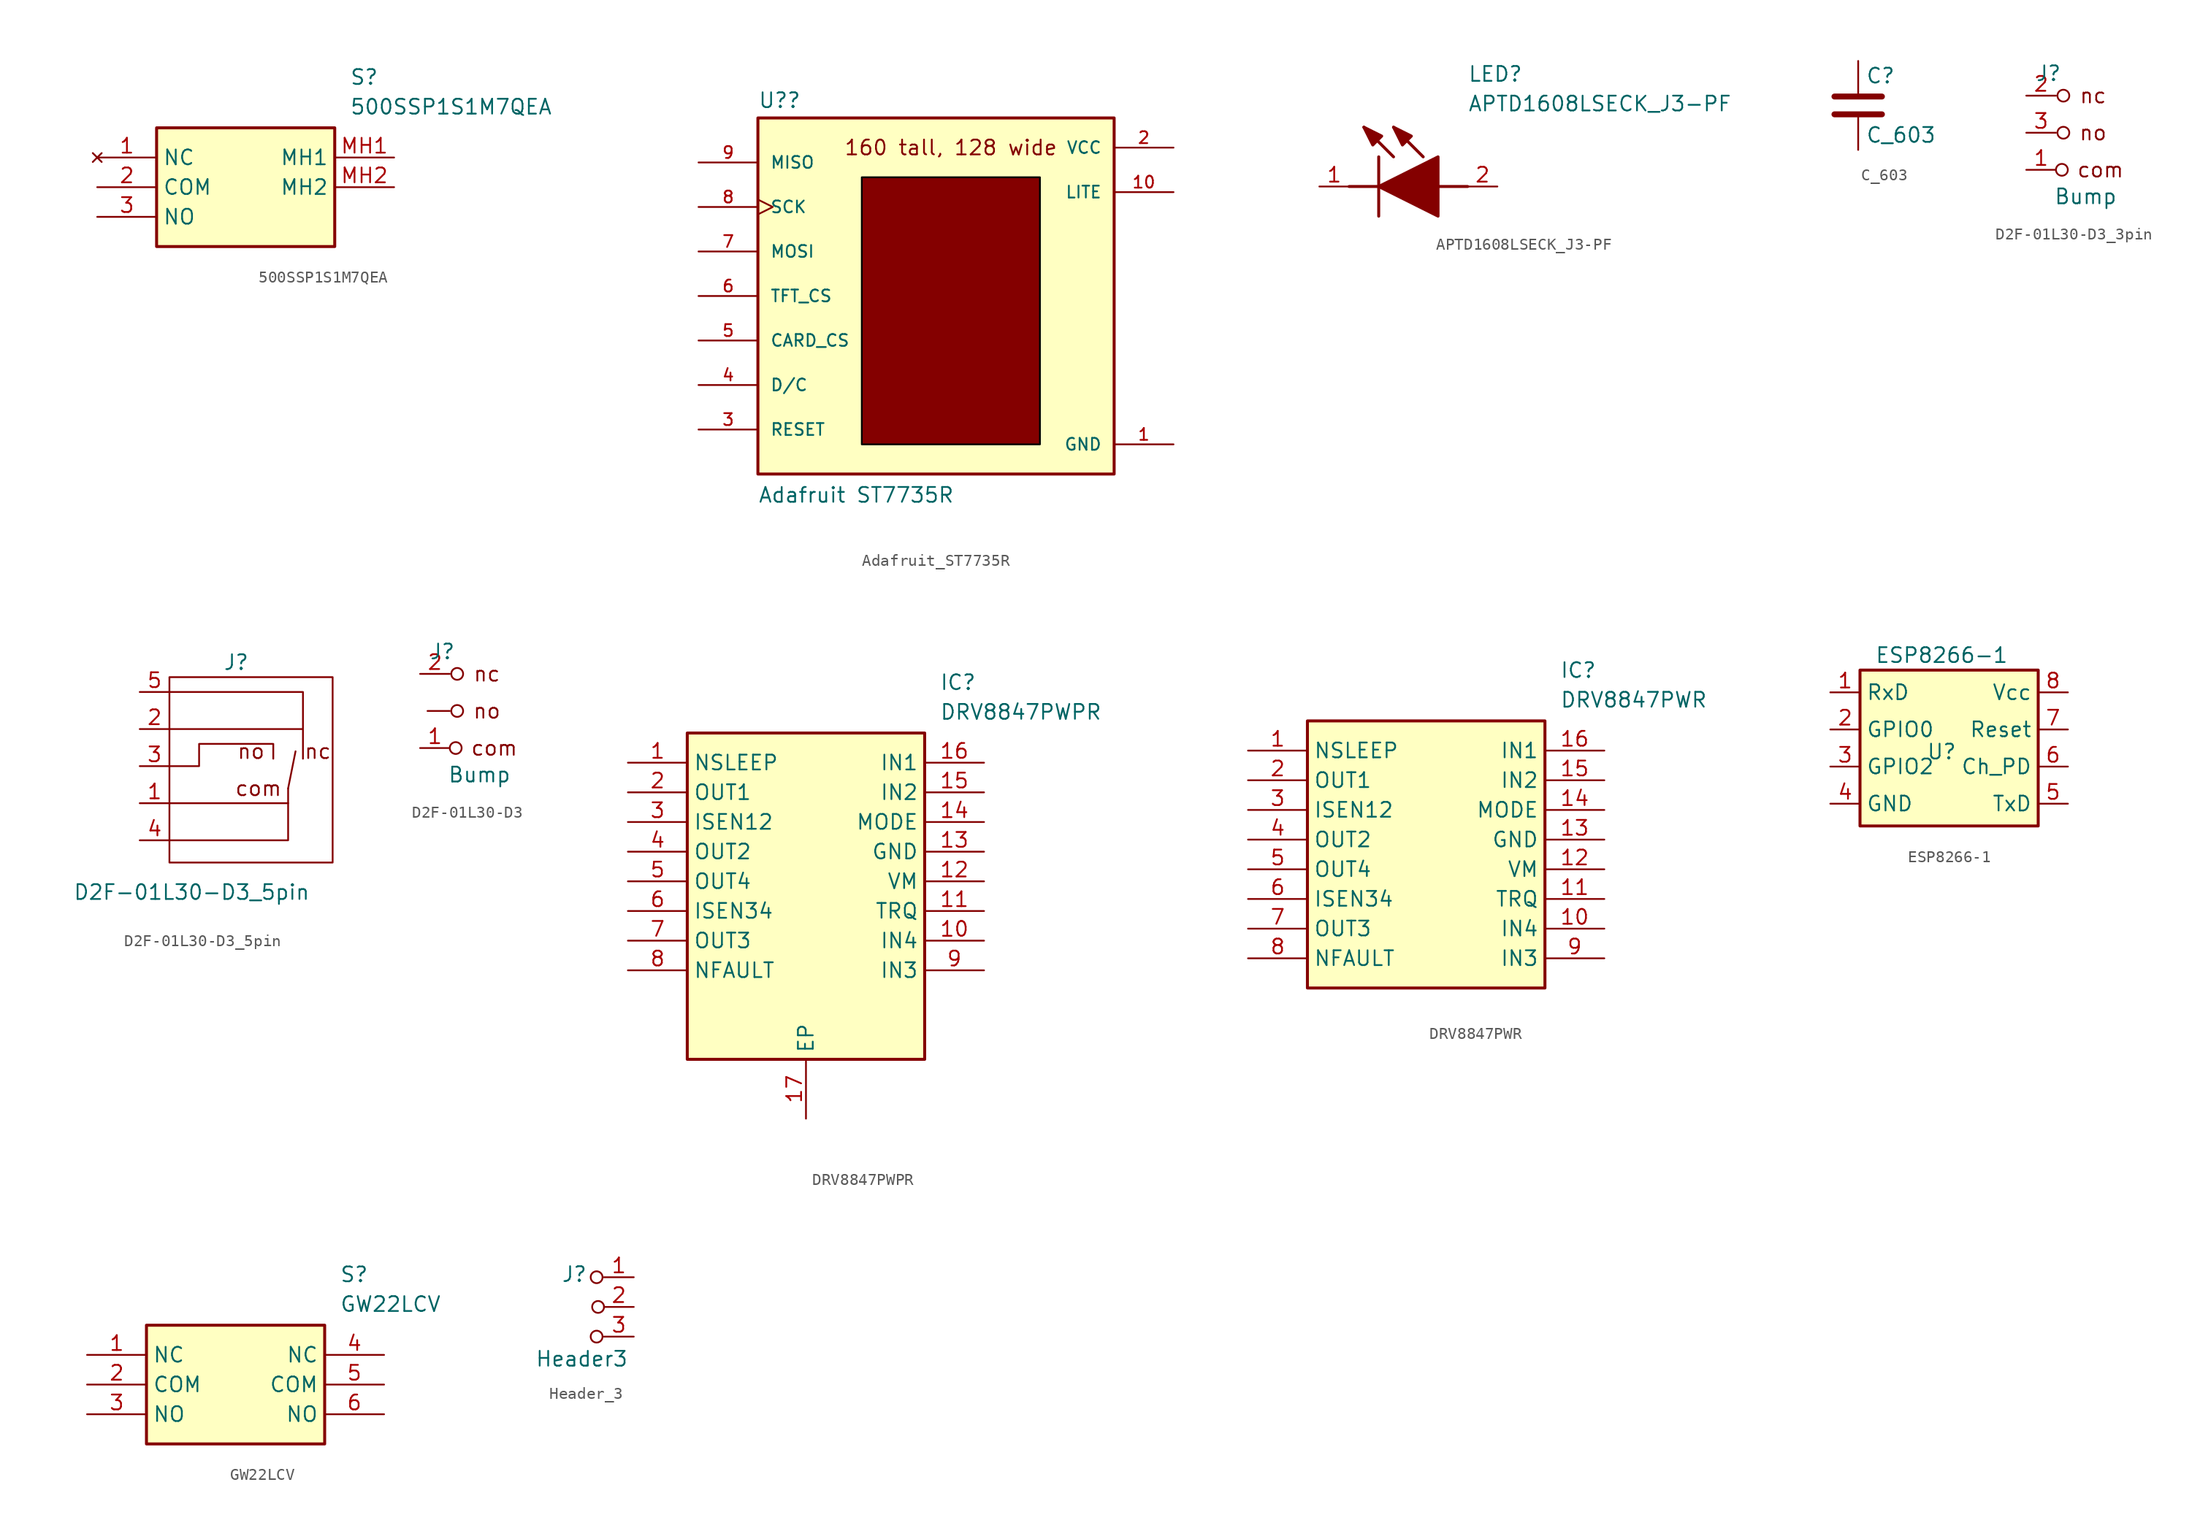
<source format=kicad_sym>
(kicad_symbol_lib
  (version 20220914)
  (generator kicad_symbol_editor)
  (symbol "500SSP1S1M7QEA"
    (property "Reference" "S"
      (at 21.59 7.62 0)
      (effects (font (size 1.27 1.27)) (justify left top)))
    (property "Value" "500SSP1S1M7QEA"
      (at 21.59 5.08 0)
      (effects (font (size 1.27 1.27)) (justify left top)))
    (symbol "500SSP1S1M7QEA_1_1"
      (rectangle (start 5.08 2.54) (end 20.32 -7.62) (stroke (width 0.254) (type default)) (fill (type background)))
      (pin no_connect line (at 0 0 0) (length 5.08) (name "NC" (effects (font (size 1.27 1.27)))) (number "1" (effects (font (size 1.27 1.27)))))
      (pin passive line (at 0 -2.54 0) (length 5.08) (name "COM" (effects (font (size 1.27 1.27)))) (number "2" (effects (font (size 1.27 1.27)))))
      (pin passive line (at 0 -5.08 0) (length 5.08) (name "NO" (effects (font (size 1.27 1.27)))) (number "3" (effects (font (size 1.27 1.27)))))
      (pin passive line (at 25.4 0 180) (length 5.08) (name "MH1" (effects (font (size 1.27 1.27)))) (number "MH1" (effects (font (size 1.27 1.27)))))
      (pin passive line (at 25.4 -2.54 180) (length 5.08) (name "MH2" (effects (font (size 1.27 1.27)))) (number "MH2" (effects (font (size 1.27 1.27)))))))
  (symbol "Adafruit_ST7735R"
    (pin_names
      (offset 1.016))
    (property "Reference" "U?"
      (at -15.24 16.002 0)
      (effects (font (size 1.27 1.27)) (justify left bottom)))
    (property "Value" "Adafruit ST7735R"
      (at -15.24 -17.78 0)
      (effects (font (size 1.27 1.27)) (justify left bottom)))
    (symbol "Adafruit_ST7735R_0_0"
      (rectangle (start -15.24 15.24) (end 15.24 -15.24) (stroke (width 0.254) (type default)) (fill (type background))))
    (symbol "Adafruit_ST7735R_1_0"
      (pin power_in line (at 20.32 -12.7 180) (length 5.08) (name "GND" (effects (font (size 1.016 1.016)))) (number "1" (effects (font (size 1.016 1.016)))))
      (pin power_in line (at 20.32 8.89 180) (length 5.08) (name "LITE" (effects (font (size 1.016 1.016)))) (number "10" (effects (font (size 1.016 1.016)))))
      (pin power_in line (at 20.32 12.7 180) (length 5.08) (name "VCC" (effects (font (size 1.016 1.016)))) (number "2" (effects (font (size 1.016 1.016)))))
      (pin input line (at -20.32 -11.43 0) (length 5.08) (name "RESET" (effects (font (size 1.016 1.016)))) (number "3" (effects (font (size 1.016 1.016)))))
      (pin input line (at -20.32 -7.62 0) (length 5.08) (name "D/C" (effects (font (size 1.016 1.016)))) (number "4" (effects (font (size 1.016 1.016)))))
      (pin input line (at -20.32 -3.81 0) (length 5.08) (name "CARD_CS" (effects (font (size 1.016 1.016)))) (number "5" (effects (font (size 1.016 1.016)))))
      (pin input line (at -20.32 0 0) (length 5.08) (name "TFT_CS" (effects (font (size 1.016 1.016)))) (number "6" (effects (font (size 1.016 1.016)))))
      (pin input line (at -20.32 3.81 0) (length 5.08) (name "MOSI" (effects (font (size 1.016 1.016)))) (number "7" (effects (font (size 1.016 1.016)))))
      (pin input clock (at -20.32 7.62 0) (length 5.08) (name "SCK" (effects (font (size 1.016 1.016)))) (number "8" (effects (font (size 1.016 1.016)))))
      (pin output line (at -20.32 11.43 0) (length 5.08) (name "MISO" (effects (font (size 1.016 1.016)))) (number "9" (effects (font (size 1.016 1.016))))))
    (symbol "Adafruit_ST7735R_1_1"
      (rectangle (start -6.35 10.16) (end 8.89 -12.7) (stroke (width 0) (type default) (color 0 0 0 1)) (fill (type color) (color 132 0 0 1)))
      (text "160 tall, 128 wide" (at 1.27 12.7 0) (effects (font (size 1.27 1.27))))))
  (symbol "APTD1608LSECK_J3-PF"
    (pin_names hide)
    (property "Reference" "LED"
      (at 12.7 8.89 0)
      (effects (font (size 1.27 1.27)) (justify left bottom)))
    (property "Value" "APTD1608LSECK_J3-PF"
      (at 12.7 6.35 0)
      (effects (font (size 1.27 1.27)) (justify left bottom)))
    (symbol "APTD1608LSECK_J3-PF_1_1"
      (polyline (pts (xy 2.54 0) (xy 5.08 0)) (stroke (width 0.254) (type default)) (fill (type none)))
      (polyline (pts (xy 5.08 2.54) (xy 5.08 -2.54)) (stroke (width 0.254) (type default)) (fill (type none)))
      (polyline (pts (xy 6.35 2.54) (xy 3.81 5.08)) (stroke (width 0.254) (type default)) (fill (type none)))
      (polyline (pts (xy 8.89 2.54) (xy 6.35 5.08)) (stroke (width 0.254) (type default)) (fill (type none)))
      (polyline (pts (xy 10.16 0) (xy 12.7 0)) (stroke (width 0.254) (type default)) (fill (type none)))
      (polyline (pts (xy 5.08 0) (xy 10.16 2.54) (xy 10.16 -2.54) (xy 5.08 0)) (stroke (width 0.254) (type default)) (fill (type outline)))
      (polyline (pts (xy 5.334 4.318) (xy 4.572 3.556) (xy 3.81 5.08) (xy 5.334 4.318)) (stroke (width 0.254) (type default)) (fill (type outline)))
      (polyline (pts (xy 7.874 4.318) (xy 7.112 3.556) (xy 6.35 5.08) (xy 7.874 4.318)) (stroke (width 0.254) (type default)) (fill (type outline)))
      (pin passive line (at 0 0 0) (length 2.54) (name "K" (effects (font (size 1.27 1.27)))) (number "1" (effects (font (size 1.27 1.27)))))
      (pin passive line (at 15.24 0 180) (length 2.54) (name "A" (effects (font (size 1.27 1.27)))) (number "2" (effects (font (size 1.27 1.27)))))))
  (symbol "C_603"
    (pin_numbers hide)
    (pin_names
      (offset 0.254))
    (property "Reference" "C"
      (at 0.635 2.54 0)
      (effects (font (size 1.27 1.27)) (justify left)))
    (property "Value" "C_603"
      (at 0.635 -2.54 0)
      (effects (font (size 1.27 1.27)) (justify left)))
    (symbol "C_603_0_1"
      (polyline (pts (xy -2.032 -0.762) (xy 2.032 -0.762)) (stroke (width 0.508) (type default)) (fill (type none)))
      (polyline (pts (xy -2.032 0.762) (xy 2.032 0.762)) (stroke (width 0.508) (type default)) (fill (type none))))
    (symbol "C_603_1_1"
      (pin passive line (at 0 3.81 270) (length 2.794) (name "~" (effects (font (size 1.27 1.27)))) (number "1" (effects (font (size 1.27 1.27)))))
      (pin passive line (at 0 -3.81 90) (length 2.794) (name "~" (effects (font (size 1.27 1.27)))) (number "2" (effects (font (size 1.27 1.27)))))))
  (symbol "D2F-01L30-D3_3pin"
    (pin_names
      (offset 0) hide)
    (property "Reference" "J"
      (at -3.175 8.255 0)
      (effects (font (size 1.27 1.27))))
    (property "Value" "Bump"
      (at 0 -2.286 0)
      (effects (font (size 1.27 1.27))))
    (symbol "D2F-01L30-D3_3pin_0_0"
      (circle (center -2.032 0) (radius 0.508) (stroke (width 0) (type default)) (fill (type none)))
      (circle (center -1.905 3.175) (radius 0.508) (stroke (width 0) (type default)) (fill (type none)))
      (circle (center -1.905 6.35) (radius 0.508) (stroke (width 0) (type default)) (fill (type none))))
    (symbol "D2F-01L30-D3_3pin_1_1"
      (text "com" (at 1.27 0 0) (effects (font (size 1.27 1.27))))
      (text "nc" (at 0.635 6.35 0) (effects (font (size 1.27 1.27))))
      (text "no" (at 0.635 3.175 0) (effects (font (size 1.27 1.27))))
      (pin passive line (at -5.08 0 0) (length 2.54) (name "com" (effects (font (size 1.27 1.27)))) (number "1" (effects (font (size 1.27 1.27)))))
      (pin passive line (at -5.08 6.35 0) (length 2.54) (name "nc" (effects (font (size 1.27 1.27)))) (number "2" (effects (font (size 1.27 1.27)))))
      (pin passive line (at -5.08 3.175 0) (length 2.54) (name "no" (effects (font (size 1.27 1.27)))) (number "3" (effects (font (size 1.27 1.27)))))))
  (symbol "D2F-01L30-D3_5pin"
    (pin_names
      (offset 0) hide)
    (property "Reference" "J"
      (at 3.175 12.065 0)
      (effects (font (size 1.27 1.27))))
    (property "Value" "D2F-01L30-D3_5pin"
      (at -0.635 -7.62 0)
      (effects (font (size 1.27 1.27))))
    (symbol "D2F-01L30-D3_5pin_0_1"
      (polyline (pts (xy -2.54 -3.175) (xy 7.62 -3.175) (xy 7.62 0)) (stroke (width 0) (type default)) (fill (type none)))
      (polyline (pts (xy -2.54 0) (xy 7.62 0) (xy 7.62 1.27)) (stroke (width 0) (type default)) (fill (type none)))
      (polyline (pts (xy -2.54 9.525) (xy 8.89 9.525) (xy 8.89 6.35)) (stroke (width 0) (type default)) (fill (type none)))
      (polyline (pts (xy 8.89 3.81) (xy 8.89 6.35) (xy -2.54 6.35)) (stroke (width 0) (type default)) (fill (type none)))
      (polyline (pts (xy 6.35 3.81) (xy 6.35 5.08) (xy 0 5.08) (xy 0 3.175) (xy -2.54 3.175)) (stroke (width 0) (type default)) (fill (type none))))
    (symbol "D2F-01L30-D3_5pin_1_1"
      (rectangle (start -2.54 10.795) (end 11.43 -5.08) (stroke (width 0) (type default)) (fill (type none)))
      (polyline (pts (xy 7.62 1.27) (xy 8.255 4.445)) (stroke (width 0) (type default)) (fill (type none)))
      (text "com" (at 5.08 1.27 0) (effects (font (size 1.27 1.27))))
      (text "nc" (at 10.16 4.445 0) (effects (font (size 1.27 1.27))))
      (text "no" (at 4.445 4.445 0) (effects (font (size 1.27 1.27))))
      (pin passive line (at -5.08 0 0) (length 2.54) (name "com" (effects (font (size 1.27 1.27)))) (number "1" (effects (font (size 1.27 1.27)))))
      (pin passive line (at -5.08 6.35 0) (length 2.54) (name "nc" (effects (font (size 1.27 1.27)))) (number "2" (effects (font (size 1.27 1.27)))))
      (pin passive line (at -5.08 3.175 0) (length 2.54) (name "no" (effects (font (size 1.27 1.27)))) (number "3" (effects (font (size 1.27 1.27)))))
      (pin passive line (at -5.08 -3.175 0) (length 2.54) (name "com" (effects (font (size 1.27 1.27)))) (number "4" (effects (font (size 1.27 1.27)))))
      (pin passive line (at -5.08 9.525 0) (length 2.54) (name "nc" (effects (font (size 1.27 1.27)))) (number "5" (effects (font (size 1.27 1.27)))))))
  (symbol "D2F-01L30-D3"
    (pin_names
      (offset 0) hide)
    (property "Reference" "J"
      (at -3.175 8.255 0)
      (effects (font (size 1.27 1.27))))
    (property "Value" "Bump"
      (at 0 -2.286 0)
      (effects (font (size 1.27 1.27))))
    (symbol "D2F-01L30-D3_0_0"
      (circle (center -2.032 0) (radius 0.508) (stroke (width 0) (type default)) (fill (type none)))
      (circle (center -1.905 3.175) (radius 0.508) (stroke (width 0) (type default)) (fill (type none)))
      (circle (center -1.905 6.35) (radius 0.508) (stroke (width 0) (type default)) (fill (type none))))
    (symbol "D2F-01L30-D3_0_1"
      (polyline (pts (xy -2.54 3.175) (xy -4.445 3.175)) (stroke (width 0) (type default)) (fill (type none))))
    (symbol "D2F-01L30-D3_1_1"
      (text "com" (at 1.27 0 0) (effects (font (size 1.27 1.27))))
      (text "nc" (at 0.635 6.35 0) (effects (font (size 1.27 1.27))))
      (text "no" (at 0.635 3.175 0) (effects (font (size 1.27 1.27))))
      (pin passive line (at -5.08 0 0) (length 2.54) (name "com" (effects (font (size 1.27 1.27)))) (number "1" (effects (font (size 1.27 1.27)))))
      (pin passive line (at -5.08 6.35 0) (length 2.54) (name "nc" (effects (font (size 1.27 1.27)))) (number "2" (effects (font (size 1.27 1.27)))))))
  (symbol "DRV8847PWPR"
    (property "Reference" "IC"
      (at 26.67 7.62 0)
      (effects (font (size 1.27 1.27)) (justify left top)))
    (property "Value" "DRV8847PWPR"
      (at 26.67 5.08 0)
      (effects (font (size 1.27 1.27)) (justify left top)))
    (symbol "DRV8847PWPR_1_1"
      (rectangle (start 5.08 2.54) (end 25.4 -25.4) (stroke (width 0.254) (type default)) (fill (type background)))
      (pin passive line (at 0 0 0) (length 5.08) (name "NSLEEP" (effects (font (size 1.27 1.27)))) (number "1" (effects (font (size 1.27 1.27)))))
      (pin passive line (at 30.48 -15.24 180) (length 5.08) (name "IN4" (effects (font (size 1.27 1.27)))) (number "10" (effects (font (size 1.27 1.27)))))
      (pin passive line (at 30.48 -12.7 180) (length 5.08) (name "TRQ" (effects (font (size 1.27 1.27)))) (number "11" (effects (font (size 1.27 1.27)))))
      (pin passive line (at 30.48 -10.16 180) (length 5.08) (name "VM" (effects (font (size 1.27 1.27)))) (number "12" (effects (font (size 1.27 1.27)))))
      (pin passive line (at 30.48 -7.62 180) (length 5.08) (name "GND" (effects (font (size 1.27 1.27)))) (number "13" (effects (font (size 1.27 1.27)))))
      (pin passive line (at 30.48 -5.08 180) (length 5.08) (name "MODE" (effects (font (size 1.27 1.27)))) (number "14" (effects (font (size 1.27 1.27)))))
      (pin passive line (at 30.48 -2.54 180) (length 5.08) (name "IN2" (effects (font (size 1.27 1.27)))) (number "15" (effects (font (size 1.27 1.27)))))
      (pin passive line (at 30.48 0 180) (length 5.08) (name "IN1" (effects (font (size 1.27 1.27)))) (number "16" (effects (font (size 1.27 1.27)))))
      (pin passive line (at 15.24 -30.48 90) (length 5.08) (name "EP" (effects (font (size 1.27 1.27)))) (number "17" (effects (font (size 1.27 1.27)))))
      (pin passive line (at 0 -2.54 0) (length 5.08) (name "OUT1" (effects (font (size 1.27 1.27)))) (number "2" (effects (font (size 1.27 1.27)))))
      (pin passive line (at 0 -5.08 0) (length 5.08) (name "ISEN12" (effects (font (size 1.27 1.27)))) (number "3" (effects (font (size 1.27 1.27)))))
      (pin passive line (at 0 -7.62 0) (length 5.08) (name "OUT2" (effects (font (size 1.27 1.27)))) (number "4" (effects (font (size 1.27 1.27)))))
      (pin passive line (at 0 -10.16 0) (length 5.08) (name "OUT4" (effects (font (size 1.27 1.27)))) (number "5" (effects (font (size 1.27 1.27)))))
      (pin passive line (at 0 -12.7 0) (length 5.08) (name "ISEN34" (effects (font (size 1.27 1.27)))) (number "6" (effects (font (size 1.27 1.27)))))
      (pin passive line (at 0 -15.24 0) (length 5.08) (name "OUT3" (effects (font (size 1.27 1.27)))) (number "7" (effects (font (size 1.27 1.27)))))
      (pin passive line (at 0 -17.78 0) (length 5.08) (name "NFAULT" (effects (font (size 1.27 1.27)))) (number "8" (effects (font (size 1.27 1.27)))))
      (pin passive line (at 30.48 -17.78 180) (length 5.08) (name "IN3" (effects (font (size 1.27 1.27)))) (number "9" (effects (font (size 1.27 1.27)))))))
  (symbol "DRV8847PWR"
    (property "Reference" "IC"
      (at 26.67 7.62 0)
      (effects (font (size 1.27 1.27)) (justify left top)))
    (property "Value" "DRV8847PWR"
      (at 26.67 5.08 0)
      (effects (font (size 1.27 1.27)) (justify left top)))
    (symbol "DRV8847PWR_1_1"
      (rectangle (start 5.08 2.54) (end 25.4 -20.32) (stroke (width 0.254) (type default)) (fill (type background)))
      (pin passive line (at 0 0 0) (length 5.08) (name "NSLEEP" (effects (font (size 1.27 1.27)))) (number "1" (effects (font (size 1.27 1.27)))))
      (pin passive line (at 30.48 -15.24 180) (length 5.08) (name "IN4" (effects (font (size 1.27 1.27)))) (number "10" (effects (font (size 1.27 1.27)))))
      (pin passive line (at 30.48 -12.7 180) (length 5.08) (name "TRQ" (effects (font (size 1.27 1.27)))) (number "11" (effects (font (size 1.27 1.27)))))
      (pin passive line (at 30.48 -10.16 180) (length 5.08) (name "VM" (effects (font (size 1.27 1.27)))) (number "12" (effects (font (size 1.27 1.27)))))
      (pin passive line (at 30.48 -7.62 180) (length 5.08) (name "GND" (effects (font (size 1.27 1.27)))) (number "13" (effects (font (size 1.27 1.27)))))
      (pin passive line (at 30.48 -5.08 180) (length 5.08) (name "MODE" (effects (font (size 1.27 1.27)))) (number "14" (effects (font (size 1.27 1.27)))))
      (pin passive line (at 30.48 -2.54 180) (length 5.08) (name "IN2" (effects (font (size 1.27 1.27)))) (number "15" (effects (font (size 1.27 1.27)))))
      (pin passive line (at 30.48 0 180) (length 5.08) (name "IN1" (effects (font (size 1.27 1.27)))) (number "16" (effects (font (size 1.27 1.27)))))
      (pin passive line (at 0 -2.54 0) (length 5.08) (name "OUT1" (effects (font (size 1.27 1.27)))) (number "2" (effects (font (size 1.27 1.27)))))
      (pin passive line (at 0 -5.08 0) (length 5.08) (name "ISEN12" (effects (font (size 1.27 1.27)))) (number "3" (effects (font (size 1.27 1.27)))))
      (pin passive line (at 0 -7.62 0) (length 5.08) (name "OUT2" (effects (font (size 1.27 1.27)))) (number "4" (effects (font (size 1.27 1.27)))))
      (pin passive line (at 0 -10.16 0) (length 5.08) (name "OUT4" (effects (font (size 1.27 1.27)))) (number "5" (effects (font (size 1.27 1.27)))))
      (pin passive line (at 0 -12.7 0) (length 5.08) (name "ISEN34" (effects (font (size 1.27 1.27)))) (number "6" (effects (font (size 1.27 1.27)))))
      (pin passive line (at 0 -15.24 0) (length 5.08) (name "OUT3" (effects (font (size 1.27 1.27)))) (number "7" (effects (font (size 1.27 1.27)))))
      (pin passive line (at 0 -17.78 0) (length 5.08) (name "NFAULT" (effects (font (size 1.27 1.27)))) (number "8" (effects (font (size 1.27 1.27)))))
      (pin passive line (at 30.48 -17.78 180) (length 5.08) (name "IN3" (effects (font (size 1.27 1.27)))) (number "9" (effects (font (size 1.27 1.27)))))))
  (symbol "ESP8266-1"
    (property "Reference" "U"
      (at 0 0 0)
      (effects (font (size 1.27 1.27))))
    (property "Value" "ESP8266-1"
      (at 0 8.255 0)
      (effects (font (size 1.27 1.27))))
    (symbol "ESP8266-1_1_1"
      (rectangle (start -6.985 6.985) (end 8.255 -6.35) (stroke (width 0.254) (type default)) (fill (type background)))
      (pin passive line (at -9.525 5.08 0) (length 2.54) (name "RxD" (effects (font (size 1.27 1.27)))) (number "1" (effects (font (size 1.27 1.27)))))
      (pin passive line (at -9.525 1.905 0) (length 2.54) (name "GPIO0" (effects (font (size 1.27 1.27)))) (number "2" (effects (font (size 1.27 1.27)))))
      (pin passive line (at -9.525 -1.27 0) (length 2.54) (name "GPIO2" (effects (font (size 1.27 1.27)))) (number "3" (effects (font (size 1.27 1.27)))))
      (pin passive line (at -9.525 -4.445 0) (length 2.54) (name "GND" (effects (font (size 1.27 1.27)))) (number "4" (effects (font (size 1.27 1.27)))))
      (pin passive line (at 10.795 -4.445 180) (length 2.54) (name "TxD" (effects (font (size 1.27 1.27)))) (number "5" (effects (font (size 1.27 1.27)))))
      (pin passive line (at 10.795 -1.27 180) (length 2.54) (name "Ch_PD" (effects (font (size 1.27 1.27)))) (number "6" (effects (font (size 1.27 1.27)))))
      (pin passive line (at 10.795 1.905 180) (length 2.54) (name "Reset" (effects (font (size 1.27 1.27)))) (number "7" (effects (font (size 1.27 1.27)))))
      (pin passive line (at 10.795 5.08 180) (length 2.54) (name "Vcc" (effects (font (size 1.27 1.27)))) (number "8" (effects (font (size 1.27 1.27)))))))
  (symbol "GW22LCV"
    (property "Reference" "S"
      (at 21.59 7.62 0)
      (effects (font (size 1.27 1.27)) (justify left top)))
    (property "Value" "GW22LCV"
      (at 21.59 5.08 0)
      (effects (font (size 1.27 1.27)) (justify left top)))
    (symbol "GW22LCV_1_1"
      (rectangle (start 5.08 2.54) (end 20.32 -7.62) (stroke (width 0.254) (type default)) (fill (type background)))
      (pin passive line (at 0 0 0) (length 5.08) (name "NC" (effects (font (size 1.27 1.27)))) (number "1" (effects (font (size 1.27 1.27)))))
      (pin passive line (at 0 -2.54 0) (length 5.08) (name "COM" (effects (font (size 1.27 1.27)))) (number "2" (effects (font (size 1.27 1.27)))))
      (pin passive line (at 0 -5.08 0) (length 5.08) (name "NO" (effects (font (size 1.27 1.27)))) (number "3" (effects (font (size 1.27 1.27)))))
      (pin passive line (at 25.4 0 180) (length 5.08) (name "NC" (effects (font (size 1.27 1.27)))) (number "4" (effects (font (size 1.27 1.27)))))
      (pin passive line (at 25.4 -2.54 180) (length 5.08) (name "COM" (effects (font (size 1.27 1.27)))) (number "5" (effects (font (size 1.27 1.27)))))
      (pin passive line (at 25.4 -5.08 180) (length 5.08) (name "NO" (effects (font (size 1.27 1.27)))) (number "6" (effects (font (size 1.27 1.27)))))))
  (symbol "Header_3"
    (pin_names
      (offset 0) hide)
    (property "Reference" "J"
      (at 0 2.794 0)
      (effects (font (size 1.27 1.27))))
    (property "Value" "Header3"
      (at 0.635 -4.445 0)
      (effects (font (size 1.27 1.27))))
    (symbol "Header_3_0_0"
      (circle (center 1.905 2.54) (radius 0.508) (stroke (width 0) (type default)) (fill (type none))))
    (symbol "Header_3_1_0"
      (circle (center 1.905 -2.54) (radius 0.508) (stroke (width 0) (type default)) (fill (type none)))
      (circle (center 2.032 0) (radius 0.508) (stroke (width 0) (type default)) (fill (type none))))
    (symbol "Header_3_1_1"
      (pin passive line (at 5.08 2.54 180) (length 2.54) (name "A" (effects (font (size 1.27 1.27)))) (number "1" (effects (font (size 1.27 1.27)))))
      (pin passive line (at 5.08 0 180) (length 2.54) (name "B" (effects (font (size 1.27 1.27)))) (number "2" (effects (font (size 1.27 1.27)))))
      (pin passive line (at 5.08 -2.54 180) (length 2.54) (name "C" (effects (font (size 1.27 1.27)))) (number "3" (effects (font (size 1.27 1.27))))))))
</source>
